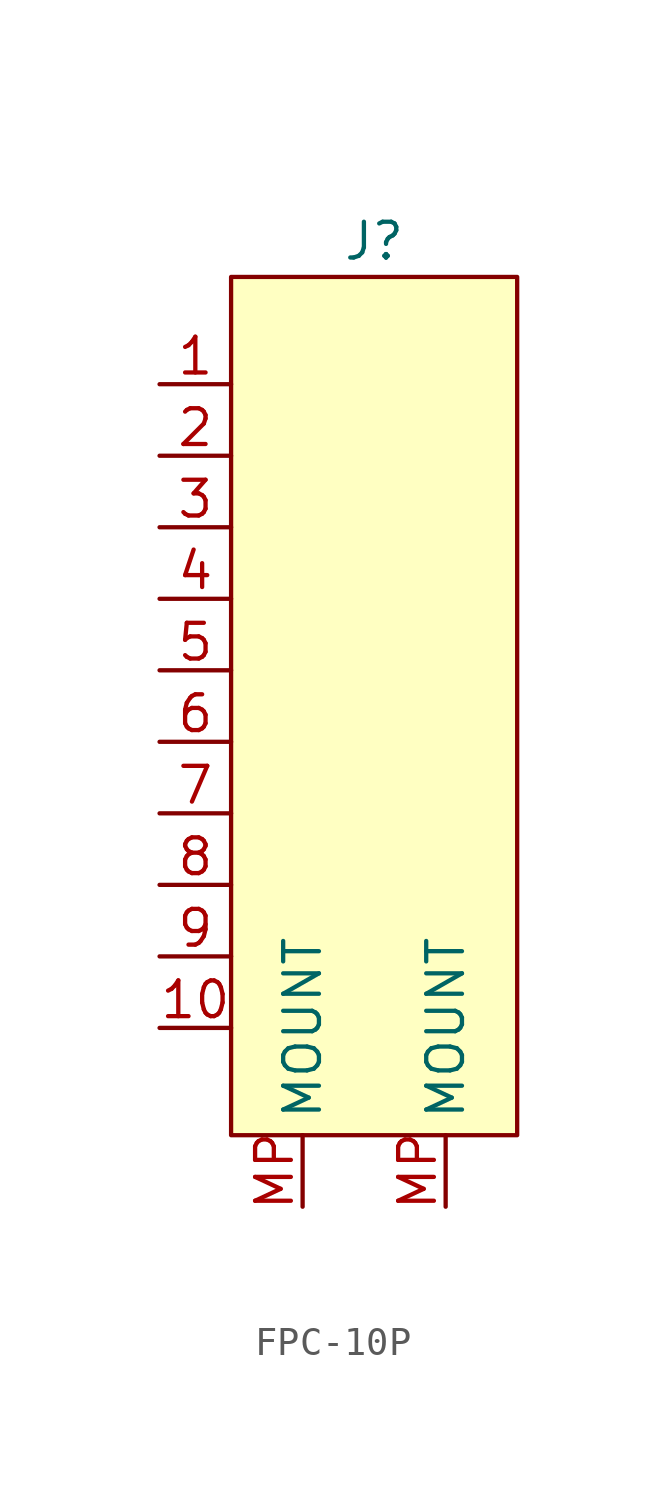
<source format=kicad_sym>
(kicad_symbol_lib
  (version 20220914)
  (generator kicad_symbol_editor)
  (symbol "FPC-10P"
    (property "Reference" "J"
      (at 5.08 1.27 0)
      (effects (font (size 1.27 1.27))))
    (property "Value" ""
      (at 0 0 0)
      (effects (font (size 1.27 1.27))))
    (symbol "FPC-10P_1_1"
      (rectangle (start 0 0) (end 10.16 -30.48) (stroke (width 0) (type default)) (fill (type background)))
      (pin input line (at -2.54 -3.81 0) (length 2.54) (name "" (effects (font (size 1.27 1.27)))) (number "1" (effects (font (size 1.27 1.27)))))
      (pin input line (at -2.54 -26.67 0) (length 2.54) (name "" (effects (font (size 1.27 1.27)))) (number "10" (effects (font (size 1.27 1.27)))))
      (pin input line (at -2.54 -6.35 0) (length 2.54) (name "" (effects (font (size 1.27 1.27)))) (number "2" (effects (font (size 1.27 1.27)))))
      (pin input line (at -2.54 -8.89 0) (length 2.54) (name "" (effects (font (size 1.27 1.27)))) (number "3" (effects (font (size 1.27 1.27)))))
      (pin input line (at -2.54 -11.43 0) (length 2.54) (name "" (effects (font (size 1.27 1.27)))) (number "4" (effects (font (size 1.27 1.27)))))
      (pin input line (at -2.54 -13.97 0) (length 2.54) (name "" (effects (font (size 1.27 1.27)))) (number "5" (effects (font (size 1.27 1.27)))))
      (pin input line (at -2.54 -16.51 0) (length 2.54) (name "" (effects (font (size 1.27 1.27)))) (number "6" (effects (font (size 1.27 1.27)))))
      (pin input line (at -2.54 -19.05 0) (length 2.54) (name "" (effects (font (size 1.27 1.27)))) (number "7" (effects (font (size 1.27 1.27)))))
      (pin input line (at -2.54 -21.59 0) (length 2.54) (name "" (effects (font (size 1.27 1.27)))) (number "8" (effects (font (size 1.27 1.27)))))
      (pin input line (at -2.54 -24.13 0) (length 2.54) (name "" (effects (font (size 1.27 1.27)))) (number "9" (effects (font (size 1.27 1.27)))))
      (pin input line (at 2.54 -33.02 90) (length 2.54) (name "MOUNT" (effects (font (size 1.27 1.27)))) (number "MP" (effects (font (size 1.27 1.27)))))
      (pin input line (at 7.62 -33.02 90) (length 2.54) (name "MOUNT" (effects (font (size 1.27 1.27)))) (number "MP" (effects (font (size 1.27 1.27))))))))
</source>
